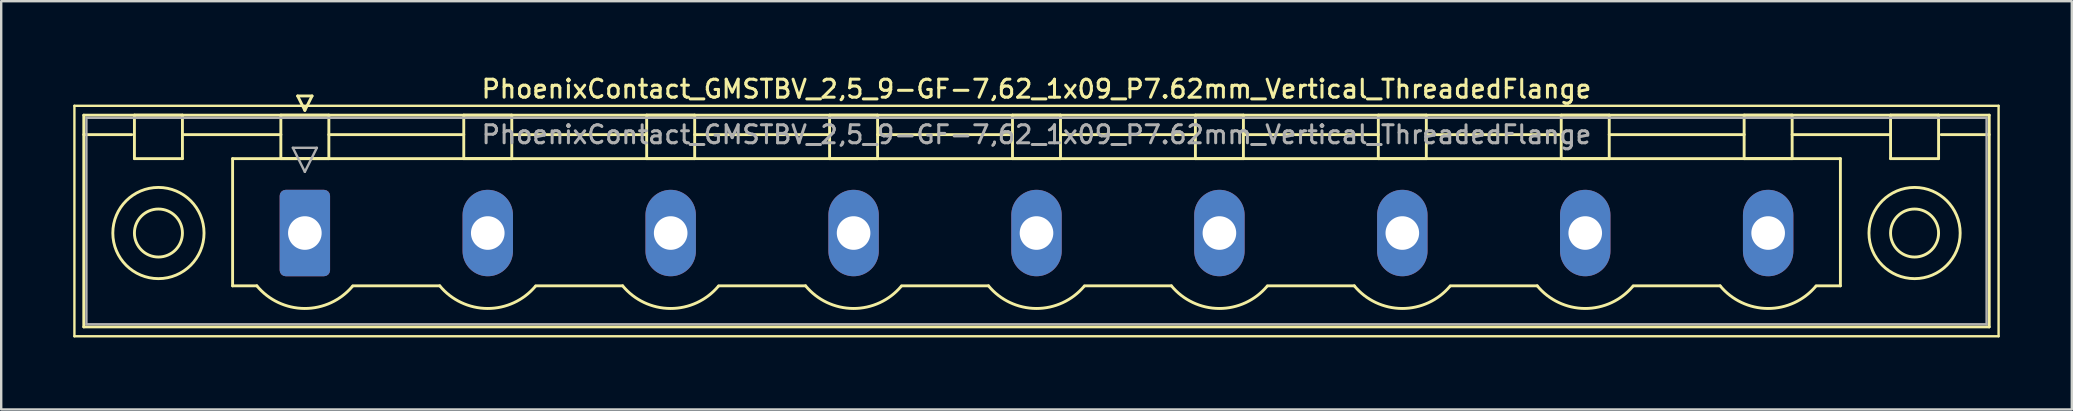
<source format=kicad_pcb>
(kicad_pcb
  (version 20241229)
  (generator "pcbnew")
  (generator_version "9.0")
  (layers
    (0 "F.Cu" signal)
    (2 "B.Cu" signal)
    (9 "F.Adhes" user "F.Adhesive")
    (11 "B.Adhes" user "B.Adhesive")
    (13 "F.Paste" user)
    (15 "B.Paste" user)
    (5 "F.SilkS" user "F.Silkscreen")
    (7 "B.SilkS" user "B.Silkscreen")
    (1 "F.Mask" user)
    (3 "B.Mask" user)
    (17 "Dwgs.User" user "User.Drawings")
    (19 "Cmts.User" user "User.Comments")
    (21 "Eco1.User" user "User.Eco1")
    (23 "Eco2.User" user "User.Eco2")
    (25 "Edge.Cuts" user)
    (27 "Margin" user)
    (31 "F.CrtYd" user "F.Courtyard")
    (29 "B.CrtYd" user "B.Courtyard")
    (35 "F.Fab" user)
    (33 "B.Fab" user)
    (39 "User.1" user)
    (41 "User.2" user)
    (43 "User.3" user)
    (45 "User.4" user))
  (footprint "PhoenixContact_GMSTBV_2,5_9-GF-7,62_1x09_P7.62mm_Vertical_ThreadedFlange"
    (layer "F.Cu")
    (at 9.65 6.658)
    (property "Reference" "PhoenixContact_GMSTBV_2,5_9-GF-7,62_1x09_P7.62mm_Vertical_ThreadedFlange" (at 30.48 -6 0) (layer "F.SilkS") (effects (font (size 0.75 0.75) (thickness 0.125))))
    (attr through_hole)
    (fp_line (start -9.6 -5.3) (end -9.6 4.3) (stroke (width 0.1) (type solid)) (layer "F.SilkS"))
    (fp_line (start -9.6 4.3) (end 70.56 4.3) (stroke (width 0.1) (type solid)) (layer "F.SilkS"))
    (fp_line (start -9.21 -4.91) (end -9.21 3.91) (stroke (width 0.12) (type solid)) (layer "F.SilkS"))
    (fp_line (start -9.21 -4.1) (end -7.21 -4.1) (stroke (width 0.12) (type solid)) (layer "F.SilkS"))
    (fp_line (start -9.21 3.91) (end 70.17 3.91) (stroke (width 0.12) (type solid)) (layer "F.SilkS"))
    (fp_line (start -7.1 -4.91) (end -5.1 -4.91) (stroke (width 0.12) (type solid)) (layer "F.SilkS"))
    (fp_line (start -7.1 -3.1) (end -7.1 -4.91) (stroke (width 0.12) (type solid)) (layer "F.SilkS"))
    (fp_line (start -5.1 -4.91) (end -5.1 -3.1) (stroke (width 0.12) (type solid)) (layer "F.SilkS"))
    (fp_line (start -5.1 -4.1) (end -1 -4.1) (stroke (width 0.12) (type solid)) (layer "F.SilkS"))
    (fp_line (start -5.1 -3.1) (end -7.1 -3.1) (stroke (width 0.12) (type solid)) (layer "F.SilkS"))
    (fp_line (start -3.01 -3.1) (end 63.97 -3.1) (stroke (width 0.12) (type solid)) (layer "F.SilkS"))
    (fp_line (start -3.01 2.2) (end -3.01 -3.1) (stroke (width 0.12) (type solid)) (layer "F.SilkS"))
    (fp_line (start -2 2.2) (end -3.01 2.2) (stroke (width 0.12) (type solid)) (layer "F.SilkS"))
    (fp_line (start -1 -4.91) (end 1 -4.91) (stroke (width 0.12) (type solid)) (layer "F.SilkS"))
    (fp_line (start -1 -3.1) (end -1 -4.91) (stroke (width 0.12) (type solid)) (layer "F.SilkS"))
    (fp_line (start -0.3 -5.71) (end 0.3 -5.71) (stroke (width 0.12) (type solid)) (layer "F.SilkS"))
    (fp_line (start 0 -5.11) (end -0.3 -5.71) (stroke (width 0.12) (type solid)) (layer "F.SilkS"))
    (fp_line (start 0.3 -5.71) (end 0 -5.11) (stroke (width 0.12) (type solid)) (layer "F.SilkS"))
    (fp_line (start 1 -4.91) (end 1 -3.1) (stroke (width 0.12) (type solid)) (layer "F.SilkS"))
    (fp_line (start 1 -4.1) (end 6.62 -4.1) (stroke (width 0.12) (type solid)) (layer "F.SilkS"))
    (fp_line (start 1 -3.1) (end -1 -3.1) (stroke (width 0.12) (type solid)) (layer "F.SilkS"))
    (fp_line (start 2 2.2) (end 5.62 2.2) (stroke (width 0.12) (type solid)) (layer "F.SilkS"))
    (fp_line (start 6.62 -4.91) (end 8.62 -4.91) (stroke (width 0.12) (type solid)) (layer "F.SilkS"))
    (fp_line (start 6.62 -3.1) (end 6.62 -4.91) (stroke (width 0.12) (type solid)) (layer "F.SilkS"))
    (fp_line (start 8.62 -4.91) (end 8.62 -3.1) (stroke (width 0.12) (type solid)) (layer "F.SilkS"))
    (fp_line (start 8.62 -4.1) (end 14.24 -4.1) (stroke (width 0.12) (type solid)) (layer "F.SilkS"))
    (fp_line (start 8.62 -3.1) (end 6.62 -3.1) (stroke (width 0.12) (type solid)) (layer "F.SilkS"))
    (fp_line (start 9.62 2.2) (end 13.24 2.2) (stroke (width 0.12) (type solid)) (layer "F.SilkS"))
    (fp_line (start 14.24 -4.91) (end 16.24 -4.91) (stroke (width 0.12) (type solid)) (layer "F.SilkS"))
    (fp_line (start 14.24 -3.1) (end 14.24 -4.91) (stroke (width 0.12) (type solid)) (layer "F.SilkS"))
    (fp_line (start 16.24 -4.91) (end 16.24 -3.1) (stroke (width 0.12) (type solid)) (layer "F.SilkS"))
    (fp_line (start 16.24 -4.1) (end 21.86 -4.1) (stroke (width 0.12) (type solid)) (layer "F.SilkS"))
    (fp_line (start 16.24 -3.1) (end 14.24 -3.1) (stroke (width 0.12) (type solid)) (layer "F.SilkS"))
    (fp_line (start 17.24 2.2) (end 20.86 2.2) (stroke (width 0.12) (type solid)) (layer "F.SilkS"))
    (fp_line (start 21.86 -4.91) (end 23.86 -4.91) (stroke (width 0.12) (type solid)) (layer "F.SilkS"))
    (fp_line (start 21.86 -3.1) (end 21.86 -4.91) (stroke (width 0.12) (type solid)) (layer "F.SilkS"))
    (fp_line (start 23.86 -4.91) (end 23.86 -3.1) (stroke (width 0.12) (type solid)) (layer "F.SilkS"))
    (fp_line (start 23.86 -4.1) (end 29.48 -4.1) (stroke (width 0.12) (type solid)) (layer "F.SilkS"))
    (fp_line (start 23.86 -3.1) (end 21.86 -3.1) (stroke (width 0.12) (type solid)) (layer "F.SilkS"))
    (fp_line (start 24.86 2.2) (end 28.48 2.2) (stroke (width 0.12) (type solid)) (layer "F.SilkS"))
    (fp_line (start 29.48 -4.91) (end 31.48 -4.91) (stroke (width 0.12) (type solid)) (layer "F.SilkS"))
    (fp_line (start 29.48 -3.1) (end 29.48 -4.91) (stroke (width 0.12) (type solid)) (layer "F.SilkS"))
    (fp_line (start 31.48 -4.91) (end 31.48 -3.1) (stroke (width 0.12) (type solid)) (layer "F.SilkS"))
    (fp_line (start 31.48 -4.1) (end 37.1 -4.1) (stroke (width 0.12) (type solid)) (layer "F.SilkS"))
    (fp_line (start 31.48 -3.1) (end 29.48 -3.1) (stroke (width 0.12) (type solid)) (layer "F.SilkS"))
    (fp_line (start 32.48 2.2) (end 36.1 2.2) (stroke (width 0.12) (type solid)) (layer "F.SilkS"))
    (fp_line (start 37.1 -4.91) (end 39.1 -4.91) (stroke (width 0.12) (type solid)) (layer "F.SilkS"))
    (fp_line (start 37.1 -3.1) (end 37.1 -4.91) (stroke (width 0.12) (type solid)) (layer "F.SilkS"))
    (fp_line (start 39.1 -4.91) (end 39.1 -3.1) (stroke (width 0.12) (type solid)) (layer "F.SilkS"))
    (fp_line (start 39.1 -4.1) (end 44.72 -4.1) (stroke (width 0.12) (type solid)) (layer "F.SilkS"))
    (fp_line (start 39.1 -3.1) (end 37.1 -3.1) (stroke (width 0.12) (type solid)) (layer "F.SilkS"))
    (fp_line (start 40.1 2.2) (end 43.72 2.2) (stroke (width 0.12) (type solid)) (layer "F.SilkS"))
    (fp_line (start 44.72 -4.91) (end 46.72 -4.91) (stroke (width 0.12) (type solid)) (layer "F.SilkS"))
    (fp_line (start 44.72 -3.1) (end 44.72 -4.91) (stroke (width 0.12) (type solid)) (layer "F.SilkS"))
    (fp_line (start 46.72 -4.91) (end 46.72 -3.1) (stroke (width 0.12) (type solid)) (layer "F.SilkS"))
    (fp_line (start 46.72 -4.1) (end 52.34 -4.1) (stroke (width 0.12) (type solid)) (layer "F.SilkS"))
    (fp_line (start 46.72 -3.1) (end 44.72 -3.1) (stroke (width 0.12) (type solid)) (layer "F.SilkS"))
    (fp_line (start 47.72 2.2) (end 51.34 2.2) (stroke (width 0.12) (type solid)) (layer "F.SilkS"))
    (fp_line (start 52.34 -4.91) (end 54.34 -4.91) (stroke (width 0.12) (type solid)) (layer "F.SilkS"))
    (fp_line (start 52.34 -3.1) (end 52.34 -4.91) (stroke (width 0.12) (type solid)) (layer "F.SilkS"))
    (fp_line (start 54.34 -4.91) (end 54.34 -3.1) (stroke (width 0.12) (type solid)) (layer "F.SilkS"))
    (fp_line (start 54.34 -4.1) (end 59.96 -4.1) (stroke (width 0.12) (type solid)) (layer "F.SilkS"))
    (fp_line (start 54.34 -3.1) (end 52.34 -3.1) (stroke (width 0.12) (type solid)) (layer "F.SilkS"))
    (fp_line (start 55.34 2.2) (end 58.96 2.2) (stroke (width 0.12) (type solid)) (layer "F.SilkS"))
    (fp_line (start 59.96 -4.91) (end 61.96 -4.91) (stroke (width 0.12) (type solid)) (layer "F.SilkS"))
    (fp_line (start 59.96 -3.1) (end 59.96 -4.91) (stroke (width 0.12) (type solid)) (layer "F.SilkS"))
    (fp_line (start 61.96 -4.91) (end 61.96 -3.1) (stroke (width 0.12) (type solid)) (layer "F.SilkS"))
    (fp_line (start 61.96 -4.1) (end 66.06 -4.1) (stroke (width 0.12) (type solid)) (layer "F.SilkS"))
    (fp_line (start 61.96 -3.1) (end 59.96 -3.1) (stroke (width 0.12) (type solid)) (layer "F.SilkS"))
    (fp_line (start 63.97 -3.1) (end 63.97 2.2) (stroke (width 0.12) (type solid)) (layer "F.SilkS"))
    (fp_line (start 63.97 2.2) (end 62.96 2.2) (stroke (width 0.12) (type solid)) (layer "F.SilkS"))
    (fp_line (start 66.06 -4.91) (end 68.06 -4.91) (stroke (width 0.12) (type solid)) (layer "F.SilkS"))
    (fp_line (start 66.06 -3.1) (end 66.06 -4.91) (stroke (width 0.12) (type solid)) (layer "F.SilkS"))
    (fp_line (start 68.06 -4.91) (end 68.06 -3.1) (stroke (width 0.12) (type solid)) (layer "F.SilkS"))
    (fp_line (start 68.06 -3.1) (end 66.06 -3.1) (stroke (width 0.12) (type solid)) (layer "F.SilkS"))
    (fp_line (start 70.17 -4.91) (end -9.21 -4.91) (stroke (width 0.12) (type solid)) (layer "F.SilkS"))
    (fp_line (start 70.17 -4.1) (end 68.17 -4.1) (stroke (width 0.12) (type solid)) (layer "F.SilkS"))
    (fp_line (start 70.17 3.91) (end 70.17 -4.91) (stroke (width 0.12) (type solid)) (layer "F.SilkS"))
    (fp_line (start 70.56 -5.3) (end -9.6 -5.3) (stroke (width 0.1) (type solid)) (layer "F.SilkS"))
    (fp_line (start 70.56 4.3) (end 70.56 -5.3) (stroke (width 0.1) (type solid)) (layer "F.SilkS"))
    (fp_arc (start 1.986842 2.215821) (mid -0.010289 3.142758) (end -2 2.2) (stroke (width 0.12) (type solid)) (layer "F.SilkS"))
    (fp_arc (start 9.606842 2.215821) (mid 7.609711 3.142758) (end 5.62 2.2) (stroke (width 0.12) (type solid)) (layer "F.SilkS"))
    (fp_arc (start 17.226842 2.215821) (mid 15.229711 3.142758) (end 13.24 2.2) (stroke (width 0.12) (type solid)) (layer "F.SilkS"))
    (fp_arc (start 24.846842 2.215821) (mid 22.849711 3.142758) (end 20.86 2.2) (stroke (width 0.12) (type solid)) (layer "F.SilkS"))
    (fp_arc (start 32.466842 2.215821) (mid 30.469711 3.142758) (end 28.48 2.2) (stroke (width 0.12) (type solid)) (layer "F.SilkS"))
    (fp_arc (start 40.086842 2.215821) (mid 38.089711 3.142758) (end 36.1 2.2) (stroke (width 0.12) (type solid)) (layer "F.SilkS"))
    (fp_arc (start 47.706842 2.215821) (mid 45.709711 3.142758) (end 43.72 2.2) (stroke (width 0.12) (type solid)) (layer "F.SilkS"))
    (fp_arc (start 55.326842 2.215821) (mid 53.329711 3.142758) (end 51.34 2.2) (stroke (width 0.12) (type solid)) (layer "F.SilkS"))
    (fp_arc (start 62.946842 2.215821) (mid 60.949711 3.142758) (end 58.96 2.2) (stroke (width 0.12) (type solid)) (layer "F.SilkS"))
    (fp_circle (center -6.1 0) (end -5.1 0) (stroke (width 0.12) (type solid)) (fill no) (layer "F.SilkS"))
    (fp_circle (center -6.1 0) (end -4.2 0) (stroke (width 0.12) (type solid)) (fill no) (layer "F.SilkS"))
    (fp_circle (center 67.06 0) (end 68.06 0) (stroke (width 0.12) (type solid)) (fill no) (layer "F.SilkS"))
    (fp_circle (center 67.06 0) (end 68.96 0) (stroke (width 0.12) (type solid)) (fill no) (layer "F.SilkS"))
    (fp_line (start -9.1 -4.8) (end -9.1 3.8) (stroke (width 0.1) (type solid)) (layer "F.Fab"))
    (fp_line (start -9.1 3.8) (end 70.06 3.8) (stroke (width 0.1) (type solid)) (layer "F.Fab"))
    (fp_line (start -0.5 -3.55) (end 0.5 -3.55) (stroke (width 0.1) (type solid)) (layer "F.Fab"))
    (fp_line (start 0 -2.55) (end -0.5 -3.55) (stroke (width 0.1) (type solid)) (layer "F.Fab"))
    (fp_line (start 0.5 -3.55) (end 0 -2.55) (stroke (width 0.1) (type solid)) (layer "F.Fab"))
    (fp_line (start 70.06 -4.8) (end -9.1 -4.8) (stroke (width 0.1) (type solid)) (layer "F.Fab"))
    (fp_line (start 70.06 3.8) (end 70.06 -4.8) (stroke (width 0.1) (type solid)) (layer "F.Fab"))
    (fp_text user "${REFERENCE}" (at 30.48 -4.1 0) (layer "F.Fab") (effects (font (size 0.75 0.75) (thickness 0.125))))
    (pad "1" thru_hole roundrect (at 0 0) (size 2.1 3.6) (drill 1.4) (layers "*.Cu" "*.Mask") (roundrect_rratio 0.119))
    (pad "2" thru_hole oval (at 7.62 0) (size 2.1 3.6) (drill 1.4) (layers "*.Cu" "*.Mask"))
    (pad "3" thru_hole oval (at 15.24 0) (size 2.1 3.6) (drill 1.4) (layers "*.Cu" "*.Mask"))
    (pad "4" thru_hole oval (at 22.86 0) (size 2.1 3.6) (drill 1.4) (layers "*.Cu" "*.Mask"))
    (pad "5" thru_hole oval (at 30.48 0) (size 2.1 3.6) (drill 1.4) (layers "*.Cu" "*.Mask"))
    (pad "6" thru_hole oval (at 38.1 0) (size 2.1 3.6) (drill 1.4) (layers "*.Cu" "*.Mask"))
    (pad "7" thru_hole oval (at 45.72 0) (size 2.1 3.6) (drill 1.4) (layers "*.Cu" "*.Mask"))
    (pad "8" thru_hole oval (at 53.34 0) (size 2.1 3.6) (drill 1.4) (layers "*.Cu" "*.Mask"))
    (pad "9" thru_hole oval (at 60.96 0) (size 2.1 3.6) (drill 1.4) (layers "*.Cu" "*.Mask")))
  (gr_rect
    (start -3 -3)
    (end 83.26 14.008)
    (stroke (width 0.1) (type default))
    (fill no)
    (layer "Edge.Cuts")))
</source>
